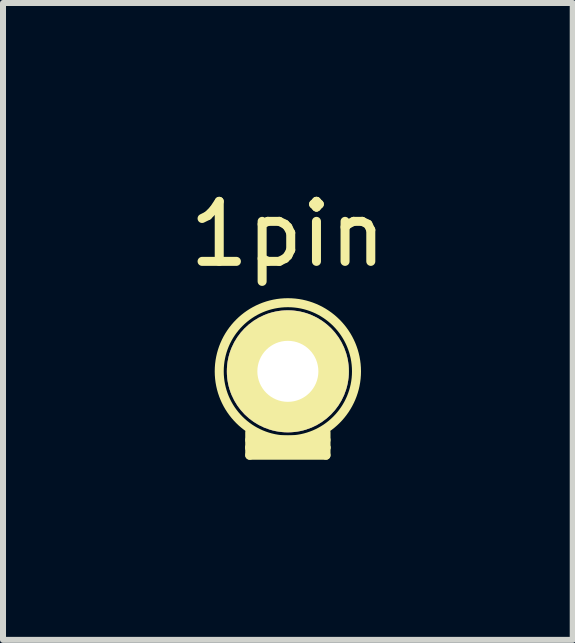
<source format=kicad_pcb>
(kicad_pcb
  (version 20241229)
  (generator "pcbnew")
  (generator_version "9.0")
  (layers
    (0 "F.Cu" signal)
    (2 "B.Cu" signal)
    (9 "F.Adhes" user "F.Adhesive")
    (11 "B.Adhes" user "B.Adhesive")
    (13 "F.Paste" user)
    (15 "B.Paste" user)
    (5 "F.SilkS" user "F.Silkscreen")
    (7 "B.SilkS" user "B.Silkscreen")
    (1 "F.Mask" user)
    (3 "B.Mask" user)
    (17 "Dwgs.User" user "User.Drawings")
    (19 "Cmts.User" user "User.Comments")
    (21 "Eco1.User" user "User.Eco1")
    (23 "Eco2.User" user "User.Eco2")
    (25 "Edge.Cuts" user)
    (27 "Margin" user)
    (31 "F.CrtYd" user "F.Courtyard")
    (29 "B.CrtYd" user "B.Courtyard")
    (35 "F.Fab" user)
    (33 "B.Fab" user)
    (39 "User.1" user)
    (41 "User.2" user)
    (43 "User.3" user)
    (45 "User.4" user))
  (footprint "1pin"
    (layer "F.Cu")
    (at 1.744 3.134)
    (property "Reference" "1pin" (at 0 -2.286 0) (layer "F.SilkS") (effects (font (size 1 1) (thickness 0.15))))
    (attr through_hole)
    (fp_line (start -0.635 1.016) (end -0.635 1.27) (stroke (width 0.15) (type solid)) (layer "F.SilkS"))
    (fp_line (start -0.635 1.27) (end -0.635 1.397) (stroke (width 0.15) (type solid)) (layer "F.SilkS"))
    (fp_line (start -0.635 1.27) (end 0.635 1.27) (stroke (width 0.15) (type solid)) (layer "F.SilkS"))
    (fp_line (start -0.635 1.397) (end 0.635 1.397) (stroke (width 0.15) (type solid)) (layer "F.SilkS"))
    (fp_line (start 0.635 1.143) (end -0.635 1.143) (stroke (width 0.15) (type solid)) (layer "F.SilkS"))
    (fp_line (start 0.635 1.27) (end 0.635 1.016) (stroke (width 0.15) (type solid)) (layer "F.SilkS"))
    (fp_line (start 0.635 1.397) (end 0.635 1.27) (stroke (width 0.15) (type solid)) (layer "F.SilkS"))
    (fp_circle (center 0 0) (end -1.143 0) (stroke (width 0.15) (type solid)) (fill no) (layer "F.SilkS"))
    (pad "1" thru_hole circle (at 0 0) (size 2.032 2.032) (drill 1.016) (layers "*.Cu" "*.Mask" "F.SilkS")))
  (gr_rect
    (start -3 -3)
    (end 6.488 7.606)
    (stroke (width 0.1) (type default))
    (fill no)
    (layer "Edge.Cuts")))
</source>
